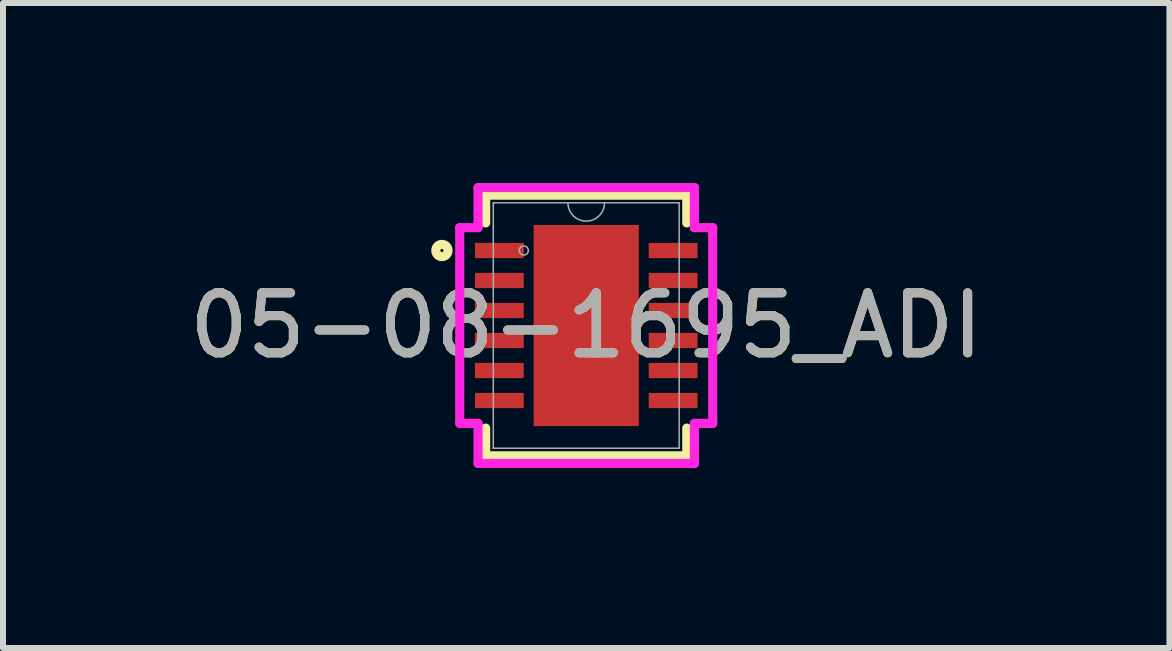
<source format=kicad_pcb>
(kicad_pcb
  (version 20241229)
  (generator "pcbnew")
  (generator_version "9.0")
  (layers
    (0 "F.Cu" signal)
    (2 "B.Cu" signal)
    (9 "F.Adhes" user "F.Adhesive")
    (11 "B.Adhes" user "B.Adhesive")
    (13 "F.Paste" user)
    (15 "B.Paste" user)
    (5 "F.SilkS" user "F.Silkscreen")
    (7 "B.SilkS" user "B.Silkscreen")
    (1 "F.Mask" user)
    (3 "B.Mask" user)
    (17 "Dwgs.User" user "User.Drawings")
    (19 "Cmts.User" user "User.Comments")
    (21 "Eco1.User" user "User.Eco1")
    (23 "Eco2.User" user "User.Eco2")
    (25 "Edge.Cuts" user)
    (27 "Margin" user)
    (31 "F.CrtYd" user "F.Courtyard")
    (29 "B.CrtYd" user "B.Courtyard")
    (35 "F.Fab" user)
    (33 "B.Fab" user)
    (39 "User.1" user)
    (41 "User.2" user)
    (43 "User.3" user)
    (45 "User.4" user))
  (footprint "05-08-1695_ADI"
    (layer "F.Cu")
    (at 6.72 2.375)
    (property "Reference" "05-08-1695_ADI" (at 0 0 0) (unlocked yes) (layer "F.SilkS") (effects (font (size 1 1) (thickness 0.15))))
    (attr smd)
    (fp_line (start -1.676 -2.172) (end -1.676 -1.71) (stroke (width 0.152) (type solid)) (layer "F.SilkS"))
    (fp_line (start -1.676 1.71) (end -1.676 2.172) (stroke (width 0.152) (type solid)) (layer "F.SilkS"))
    (fp_line (start -1.676 2.172) (end 1.676 2.172) (stroke (width 0.152) (type solid)) (layer "F.SilkS"))
    (fp_line (start 1.676 -2.172) (end -1.676 -2.172) (stroke (width 0.152) (type solid)) (layer "F.SilkS"))
    (fp_line (start 1.676 -1.71) (end 1.676 -2.172) (stroke (width 0.152) (type solid)) (layer "F.SilkS"))
    (fp_line (start 1.676 2.172) (end 1.676 1.71) (stroke (width 0.152) (type solid)) (layer "F.SilkS"))
    (fp_circle (center -2.405 -1.25) (end -2.303 -1.25) (stroke (width 0.152) (type solid)) (fill no) (layer "F.SilkS"))
    (fp_poly (pts (xy -0.776 -1.576) (xy -0.776 -0.1) (xy 0.776 -0.1) (xy 0.776 -1.576)) (stroke (width 0) (type solid)) (fill yes) (layer "F.Paste"))
    (fp_poly (pts (xy -0.776 0.1) (xy -0.776 1.576) (xy 0.776 1.576) (xy 0.776 0.1)) (stroke (width 0) (type solid)) (fill yes) (layer "F.Paste"))
    (fp_line (start -2.108 -1.631) (end -1.803 -1.631) (stroke (width 0.152) (type solid)) (layer "F.CrtYd"))
    (fp_line (start -2.108 1.631) (end -2.108 -1.631) (stroke (width 0.152) (type solid)) (layer "F.CrtYd"))
    (fp_line (start -2.108 1.631) (end -1.803 1.631) (stroke (width 0.152) (type solid)) (layer "F.CrtYd"))
    (fp_line (start -1.803 -2.299) (end 1.803 -2.299) (stroke (width 0.152) (type solid)) (layer "F.CrtYd"))
    (fp_line (start -1.803 -1.631) (end -1.803 -2.299) (stroke (width 0.152) (type solid)) (layer "F.CrtYd"))
    (fp_line (start -1.803 2.299) (end -1.803 1.631) (stroke (width 0.152) (type solid)) (layer "F.CrtYd"))
    (fp_line (start 1.803 -2.299) (end 1.803 -1.631) (stroke (width 0.152) (type solid)) (layer "F.CrtYd"))
    (fp_line (start 1.803 1.631) (end 1.803 2.299) (stroke (width 0.152) (type solid)) (layer "F.CrtYd"))
    (fp_line (start 1.803 2.299) (end -1.803 2.299) (stroke (width 0.152) (type solid)) (layer "F.CrtYd"))
    (fp_line (start 2.108 -1.631) (end 1.803 -1.631) (stroke (width 0.152) (type solid)) (layer "F.CrtYd"))
    (fp_line (start 2.108 -1.631) (end 2.108 1.631) (stroke (width 0.152) (type solid)) (layer "F.CrtYd"))
    (fp_line (start 2.108 1.631) (end 1.803 1.631) (stroke (width 0.152) (type solid)) (layer "F.CrtYd"))
    (fp_line (start -1.549 -2.045) (end -1.549 2.045) (stroke (width 0.025) (type solid)) (layer "F.Fab"))
    (fp_line (start -1.549 2.045) (end 1.549 2.045) (stroke (width 0.025) (type solid)) (layer "F.Fab"))
    (fp_line (start 1.549 -2.045) (end -1.549 -2.045) (stroke (width 0.025) (type solid)) (layer "F.Fab"))
    (fp_line (start 1.549 2.045) (end 1.549 -2.045) (stroke (width 0.025) (type solid)) (layer "F.Fab"))
    (fp_arc (start 0.3048 -2.0447) (mid 0 -1.7399) (end -0.3048 -2.0447) (stroke (width 0.0254) (type solid)) (layer "F.Fab"))
    (fp_circle (center -1.041 -1.25) (end -0.965 -1.25) (stroke (width 0.025) (type solid)) (fill no) (layer "F.Fab"))
    (fp_text user "${REFERENCE}" (at 0 0 0) (unlocked yes) (layer "F.Fab") (effects (font (size 1 1) (thickness 0.15))))
    (pad "1" smd rect (at -1.448 -1.25) (size 0.813 0.254) (layers "F.Cu" "F.Mask" "F.Paste"))
    (pad "2" smd rect (at -1.448 -0.75) (size 0.813 0.254) (layers "F.Cu" "F.Mask" "F.Paste"))
    (pad "3" smd rect (at -1.448 -0.25) (size 0.813 0.254) (layers "F.Cu" "F.Mask" "F.Paste"))
    (pad "4" smd rect (at -1.448 0.25) (size 0.813 0.254) (layers "F.Cu" "F.Mask" "F.Paste"))
    (pad "5" smd rect (at -1.448 0.75) (size 0.813 0.254) (layers "F.Cu" "F.Mask" "F.Paste"))
    (pad "6" smd rect (at -1.448 1.25) (size 0.813 0.254) (layers "F.Cu" "F.Mask" "F.Paste"))
    (pad "7" smd rect (at 1.448 1.25) (size 0.813 0.254) (layers "F.Cu" "F.Mask" "F.Paste"))
    (pad "8" smd rect (at 1.448 0.75) (size 0.813 0.254) (layers "F.Cu" "F.Mask" "F.Paste"))
    (pad "9" smd rect (at 1.448 0.25) (size 0.813 0.254) (layers "F.Cu" "F.Mask" "F.Paste"))
    (pad "10" smd rect (at 1.448 -0.25) (size 0.813 0.254) (layers "F.Cu" "F.Mask" "F.Paste"))
    (pad "11" smd rect (at 1.448 -0.75) (size 0.813 0.254) (layers "F.Cu" "F.Mask" "F.Paste"))
    (pad "12" smd rect (at 1.448 -1.25) (size 0.813 0.254) (layers "F.Cu" "F.Mask" "F.Paste"))
    (pad "13" smd rect (at 0 0) (size 1.753 3.353) (layers "F.Cu" "F.Mask" "F.Paste")))
  (gr_rect
    (start -3 -3)
    (end 16.44 7.75)
    (stroke (width 0.1) (type default))
    (fill no)
    (layer "Edge.Cuts")))
</source>
